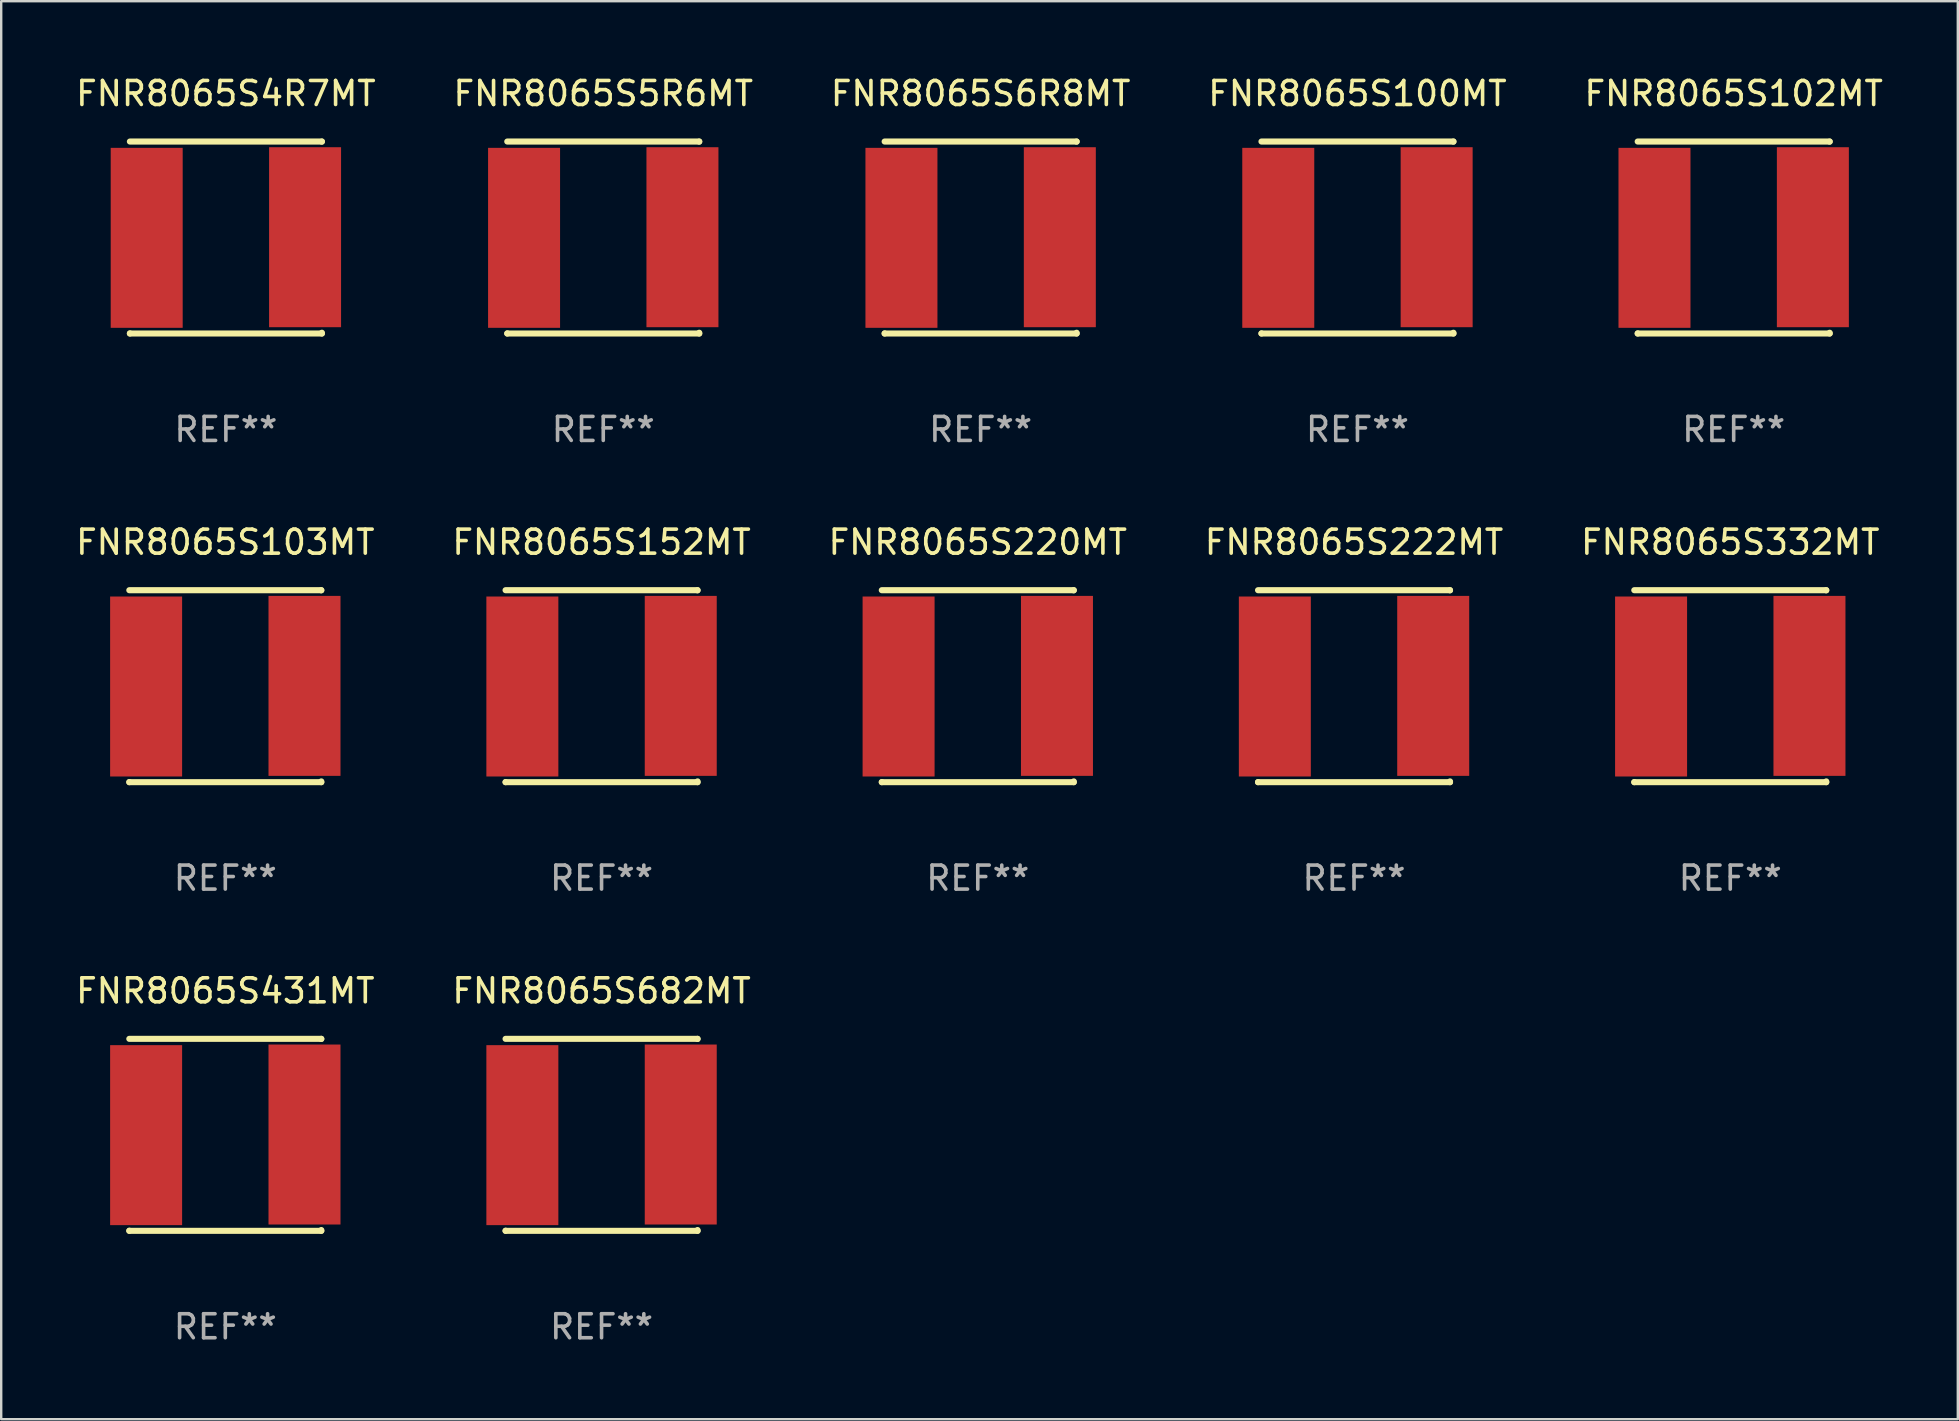
<source format=kicad_pcb>
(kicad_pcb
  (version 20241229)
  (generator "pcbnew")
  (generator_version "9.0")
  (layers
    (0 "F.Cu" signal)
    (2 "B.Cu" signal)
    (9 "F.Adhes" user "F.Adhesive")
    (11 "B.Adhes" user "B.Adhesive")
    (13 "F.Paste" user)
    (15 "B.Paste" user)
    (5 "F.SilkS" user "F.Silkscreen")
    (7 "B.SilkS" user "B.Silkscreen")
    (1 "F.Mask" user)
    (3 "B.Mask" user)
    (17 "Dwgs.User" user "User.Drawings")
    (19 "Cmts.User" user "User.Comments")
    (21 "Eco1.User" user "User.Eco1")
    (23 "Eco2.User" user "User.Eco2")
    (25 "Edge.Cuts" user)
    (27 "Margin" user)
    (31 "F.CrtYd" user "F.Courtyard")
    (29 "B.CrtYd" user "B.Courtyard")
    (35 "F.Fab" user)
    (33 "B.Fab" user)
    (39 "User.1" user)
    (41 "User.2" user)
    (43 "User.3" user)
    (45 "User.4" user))
  (footprint "FNR8065S220MT"
    (layer "F.Cu")
    (at 37.696 25.545)
    (property "Reference" "FNR8065S220MT" (at 0 -6 0) (layer "F.SilkS") (effects (font (size 1 1) (thickness 0.15))))
    (attr through_hole)
    (fp_line (start -4 -4) (end 4 -4) (stroke (width 0.254) (type solid)) (layer "F.SilkS"))
    (fp_line (start -4 4) (end -4 3.994) (stroke (width 0.254) (type solid)) (layer "F.SilkS"))
    (fp_line (start 4 -4) (end 4 -3.994) (stroke (width 0.254) (type solid)) (layer "F.SilkS"))
    (fp_line (start 4 3.968) (end 4 4) (stroke (width 0.254) (type solid)) (layer "F.SilkS"))
    (fp_line (start 4 4) (end -4 4) (stroke (width 0.254) (type solid)) (layer "F.SilkS"))
    (fp_circle (center -4 4) (end -3.97 4) (stroke (width 0.06) (type solid)) (fill no) (layer "F.SilkS"))
    (fp_text user "REF**" (at 0 8 0) (layer "F.Fab") (effects (font (size 1 1) (thickness 0.15))))
    (pad "1" smd rect (at -3.3 0.013) (size 3 7.5) (layers "F.Cu" "F.Mask" "F.Paste"))
    (pad "2" smd rect (at 3.3 -0.013) (size 3 7.5) (layers "F.Cu" "F.Mask" "F.Paste")))
  (footprint "FNR8065S222MT"
    (layer "F.Cu")
    (at 53.375 25.545)
    (property "Reference" "FNR8065S222MT" (at 0 -6 0) (layer "F.SilkS") (effects (font (size 1 1) (thickness 0.15))))
    (attr through_hole)
    (fp_line (start -4 -4) (end 4 -4) (stroke (width 0.254) (type solid)) (layer "F.SilkS"))
    (fp_line (start -4 4) (end -4 3.994) (stroke (width 0.254) (type solid)) (layer "F.SilkS"))
    (fp_line (start 4 -4) (end 4 -3.994) (stroke (width 0.254) (type solid)) (layer "F.SilkS"))
    (fp_line (start 4 3.968) (end 4 4) (stroke (width 0.254) (type solid)) (layer "F.SilkS"))
    (fp_line (start 4 4) (end -4 4) (stroke (width 0.254) (type solid)) (layer "F.SilkS"))
    (fp_circle (center -4 4) (end -3.97 4) (stroke (width 0.06) (type solid)) (fill no) (layer "F.SilkS"))
    (fp_text user "REF**" (at 0 8 0) (layer "F.Fab") (effects (font (size 1 1) (thickness 0.15))))
    (pad "1" smd rect (at -3.3 0.013) (size 3 7.5) (layers "F.Cu" "F.Mask" "F.Paste"))
    (pad "2" smd rect (at 3.3 -0.013) (size 3 7.5) (layers "F.Cu" "F.Mask" "F.Paste")))
  (footprint "FNR8065S103MT"
    (layer "F.Cu")
    (at 6.339 25.545)
    (property "Reference" "FNR8065S103MT" (at 0 -6 0) (layer "F.SilkS") (effects (font (size 1 1) (thickness 0.15))))
    (attr through_hole)
    (fp_line (start -4 -4) (end 4 -4) (stroke (width 0.254) (type solid)) (layer "F.SilkS"))
    (fp_line (start -4 4) (end -4 3.994) (stroke (width 0.254) (type solid)) (layer "F.SilkS"))
    (fp_line (start 4 -4) (end 4 -3.994) (stroke (width 0.254) (type solid)) (layer "F.SilkS"))
    (fp_line (start 4 3.968) (end 4 4) (stroke (width 0.254) (type solid)) (layer "F.SilkS"))
    (fp_line (start 4 4) (end -4 4) (stroke (width 0.254) (type solid)) (layer "F.SilkS"))
    (fp_circle (center -4 4) (end -3.97 4) (stroke (width 0.06) (type solid)) (fill no) (layer "F.SilkS"))
    (fp_text user "REF**" (at 0 8 0) (layer "F.Fab") (effects (font (size 1 1) (thickness 0.15))))
    (pad "1" smd rect (at -3.3 0.013) (size 3 7.5) (layers "F.Cu" "F.Mask" "F.Paste"))
    (pad "2" smd rect (at 3.3 -0.013) (size 3 7.5) (layers "F.Cu" "F.Mask" "F.Paste")))
  (footprint "FNR8065S6R8MT"
    (layer "F.Cu")
    (at 37.815 6.848)
    (property "Reference" "FNR8065S6R8MT" (at 0 -6 0) (layer "F.SilkS") (effects (font (size 1 1) (thickness 0.15))))
    (attr through_hole)
    (fp_line (start -4 -4) (end 4 -4) (stroke (width 0.254) (type solid)) (layer "F.SilkS"))
    (fp_line (start -4 4) (end -4 3.994) (stroke (width 0.254) (type solid)) (layer "F.SilkS"))
    (fp_line (start 4 -4) (end 4 -3.994) (stroke (width 0.254) (type solid)) (layer "F.SilkS"))
    (fp_line (start 4 3.968) (end 4 4) (stroke (width 0.254) (type solid)) (layer "F.SilkS"))
    (fp_line (start 4 4) (end -4 4) (stroke (width 0.254) (type solid)) (layer "F.SilkS"))
    (fp_circle (center -4 4) (end -3.97 4) (stroke (width 0.06) (type solid)) (fill no) (layer "F.SilkS"))
    (fp_text user "REF**" (at 0 8 0) (layer "F.Fab") (effects (font (size 1 1) (thickness 0.15))))
    (pad "1" smd rect (at -3.3 0.013) (size 3 7.5) (layers "F.Cu" "F.Mask" "F.Paste"))
    (pad "2" smd rect (at 3.3 -0.013) (size 3 7.5) (layers "F.Cu" "F.Mask" "F.Paste")))
  (footprint "FNR8065S102MT"
    (layer "F.Cu")
    (at 69.196 6.848)
    (property "Reference" "FNR8065S102MT" (at 0 -6 0) (layer "F.SilkS") (effects (font (size 1 1) (thickness 0.15))))
    (attr through_hole)
    (fp_line (start -4 -4) (end 4 -4) (stroke (width 0.254) (type solid)) (layer "F.SilkS"))
    (fp_line (start -4 4) (end -4 3.994) (stroke (width 0.254) (type solid)) (layer "F.SilkS"))
    (fp_line (start 4 -4) (end 4 -3.994) (stroke (width 0.254) (type solid)) (layer "F.SilkS"))
    (fp_line (start 4 3.968) (end 4 4) (stroke (width 0.254) (type solid)) (layer "F.SilkS"))
    (fp_line (start 4 4) (end -4 4) (stroke (width 0.254) (type solid)) (layer "F.SilkS"))
    (fp_circle (center -4 4) (end -3.97 4) (stroke (width 0.06) (type solid)) (fill no) (layer "F.SilkS"))
    (fp_text user "REF**" (at 0 8 0) (layer "F.Fab") (effects (font (size 1 1) (thickness 0.15))))
    (pad "1" smd rect (at -3.3 0.013) (size 3 7.5) (layers "F.Cu" "F.Mask" "F.Paste"))
    (pad "2" smd rect (at 3.3 -0.013) (size 3 7.5) (layers "F.Cu" "F.Mask" "F.Paste")))
  (footprint "FNR8065S5R6MT"
    (layer "F.Cu")
    (at 22.089 6.848)
    (property "Reference" "FNR8065S5R6MT" (at 0 -6 0) (layer "F.SilkS") (effects (font (size 1 1) (thickness 0.15))))
    (attr through_hole)
    (fp_line (start -4 -4) (end 4 -4) (stroke (width 0.254) (type solid)) (layer "F.SilkS"))
    (fp_line (start -4 4) (end -4 3.994) (stroke (width 0.254) (type solid)) (layer "F.SilkS"))
    (fp_line (start 4 -4) (end 4 -3.994) (stroke (width 0.254) (type solid)) (layer "F.SilkS"))
    (fp_line (start 4 3.968) (end 4 4) (stroke (width 0.254) (type solid)) (layer "F.SilkS"))
    (fp_line (start 4 4) (end -4 4) (stroke (width 0.254) (type solid)) (layer "F.SilkS"))
    (fp_circle (center -4 4) (end -3.97 4) (stroke (width 0.06) (type solid)) (fill no) (layer "F.SilkS"))
    (fp_text user "REF**" (at 0 8 0) (layer "F.Fab") (effects (font (size 1 1) (thickness 0.15))))
    (pad "1" smd rect (at -3.3 0.013) (size 3 7.5) (layers "F.Cu" "F.Mask" "F.Paste"))
    (pad "2" smd rect (at 3.3 -0.013) (size 3 7.5) (layers "F.Cu" "F.Mask" "F.Paste")))
  (footprint "FNR8065S152MT"
    (layer "F.Cu")
    (at 22.018 25.545)
    (property "Reference" "FNR8065S152MT" (at 0 -6 0) (layer "F.SilkS") (effects (font (size 1 1) (thickness 0.15))))
    (attr through_hole)
    (fp_line (start -4 -4) (end 4 -4) (stroke (width 0.254) (type solid)) (layer "F.SilkS"))
    (fp_line (start -4 4) (end -4 3.994) (stroke (width 0.254) (type solid)) (layer "F.SilkS"))
    (fp_line (start 4 -4) (end 4 -3.994) (stroke (width 0.254) (type solid)) (layer "F.SilkS"))
    (fp_line (start 4 3.968) (end 4 4) (stroke (width 0.254) (type solid)) (layer "F.SilkS"))
    (fp_line (start 4 4) (end -4 4) (stroke (width 0.254) (type solid)) (layer "F.SilkS"))
    (fp_circle (center -4 4) (end -3.97 4) (stroke (width 0.06) (type solid)) (fill no) (layer "F.SilkS"))
    (fp_text user "REF**" (at 0 8 0) (layer "F.Fab") (effects (font (size 1 1) (thickness 0.15))))
    (pad "1" smd rect (at -3.3 0.013) (size 3 7.5) (layers "F.Cu" "F.Mask" "F.Paste"))
    (pad "2" smd rect (at 3.3 -0.013) (size 3 7.5) (layers "F.Cu" "F.Mask" "F.Paste")))
  (footprint "FNR8065S431MT"
    (layer "F.Cu")
    (at 6.339 44.241)
    (property "Reference" "FNR8065S431MT" (at 0 -6 0) (layer "F.SilkS") (effects (font (size 1 1) (thickness 0.15))))
    (attr through_hole)
    (fp_line (start -4 -4) (end 4 -4) (stroke (width 0.254) (type solid)) (layer "F.SilkS"))
    (fp_line (start -4 4) (end -4 3.994) (stroke (width 0.254) (type solid)) (layer "F.SilkS"))
    (fp_line (start 4 -4) (end 4 -3.994) (stroke (width 0.254) (type solid)) (layer "F.SilkS"))
    (fp_line (start 4 3.968) (end 4 4) (stroke (width 0.254) (type solid)) (layer "F.SilkS"))
    (fp_line (start 4 4) (end -4 4) (stroke (width 0.254) (type solid)) (layer "F.SilkS"))
    (fp_circle (center -4 4) (end -3.97 4) (stroke (width 0.06) (type solid)) (fill no) (layer "F.SilkS"))
    (fp_text user "REF**" (at 0 8 0) (layer "F.Fab") (effects (font (size 1 1) (thickness 0.15))))
    (pad "1" smd rect (at -3.3 0.013) (size 3 7.5) (layers "F.Cu" "F.Mask" "F.Paste"))
    (pad "2" smd rect (at 3.3 -0.013) (size 3 7.5) (layers "F.Cu" "F.Mask" "F.Paste")))
  (footprint "FNR8065S682MT"
    (layer "F.Cu")
    (at 22.018 44.241)
    (property "Reference" "FNR8065S682MT" (at 0 -6 0) (layer "F.SilkS") (effects (font (size 1 1) (thickness 0.15))))
    (attr through_hole)
    (fp_line (start -4 -4) (end 4 -4) (stroke (width 0.254) (type solid)) (layer "F.SilkS"))
    (fp_line (start -4 4) (end -4 3.994) (stroke (width 0.254) (type solid)) (layer "F.SilkS"))
    (fp_line (start 4 -4) (end 4 -3.994) (stroke (width 0.254) (type solid)) (layer "F.SilkS"))
    (fp_line (start 4 3.968) (end 4 4) (stroke (width 0.254) (type solid)) (layer "F.SilkS"))
    (fp_line (start 4 4) (end -4 4) (stroke (width 0.254) (type solid)) (layer "F.SilkS"))
    (fp_circle (center -4 4) (end -3.97 4) (stroke (width 0.06) (type solid)) (fill no) (layer "F.SilkS"))
    (fp_text user "REF**" (at 0 8 0) (layer "F.Fab") (effects (font (size 1 1) (thickness 0.15))))
    (pad "1" smd rect (at -3.3 0.013) (size 3 7.5) (layers "F.Cu" "F.Mask" "F.Paste"))
    (pad "2" smd rect (at 3.3 -0.013) (size 3 7.5) (layers "F.Cu" "F.Mask" "F.Paste")))
  (footprint "FNR8065S100MT"
    (layer "F.Cu")
    (at 53.518 6.848)
    (property "Reference" "FNR8065S100MT" (at 0 -6 0) (layer "F.SilkS") (effects (font (size 1 1) (thickness 0.15))))
    (attr through_hole)
    (fp_line (start -4 -4) (end 4 -4) (stroke (width 0.254) (type solid)) (layer "F.SilkS"))
    (fp_line (start -4 4) (end -4 3.994) (stroke (width 0.254) (type solid)) (layer "F.SilkS"))
    (fp_line (start 4 -4) (end 4 -3.994) (stroke (width 0.254) (type solid)) (layer "F.SilkS"))
    (fp_line (start 4 3.968) (end 4 4) (stroke (width 0.254) (type solid)) (layer "F.SilkS"))
    (fp_line (start 4 4) (end -4 4) (stroke (width 0.254) (type solid)) (layer "F.SilkS"))
    (fp_circle (center -4 4) (end -3.97 4) (stroke (width 0.06) (type solid)) (fill no) (layer "F.SilkS"))
    (fp_text user "REF**" (at 0 8 0) (layer "F.Fab") (effects (font (size 1 1) (thickness 0.15))))
    (pad "1" smd rect (at -3.3 0.013) (size 3 7.5) (layers "F.Cu" "F.Mask" "F.Paste"))
    (pad "2" smd rect (at 3.3 -0.013) (size 3 7.5) (layers "F.Cu" "F.Mask" "F.Paste")))
  (footprint "FNR8065S4R7MT"
    (layer "F.Cu")
    (at 6.363 6.848)
    (property "Reference" "FNR8065S4R7MT" (at 0 -6 0) (layer "F.SilkS") (effects (font (size 1 1) (thickness 0.15))))
    (attr through_hole)
    (fp_line (start -4 -4) (end 4 -4) (stroke (width 0.254) (type solid)) (layer "F.SilkS"))
    (fp_line (start -4 4) (end -4 3.994) (stroke (width 0.254) (type solid)) (layer "F.SilkS"))
    (fp_line (start 4 -4) (end 4 -3.994) (stroke (width 0.254) (type solid)) (layer "F.SilkS"))
    (fp_line (start 4 3.968) (end 4 4) (stroke (width 0.254) (type solid)) (layer "F.SilkS"))
    (fp_line (start 4 4) (end -4 4) (stroke (width 0.254) (type solid)) (layer "F.SilkS"))
    (fp_circle (center -4 4) (end -3.97 4) (stroke (width 0.06) (type solid)) (fill no) (layer "F.SilkS"))
    (fp_text user "REF**" (at 0 8 0) (layer "F.Fab") (effects (font (size 1 1) (thickness 0.15))))
    (pad "1" smd rect (at -3.3 0.013) (size 3 7.5) (layers "F.Cu" "F.Mask" "F.Paste"))
    (pad "2" smd rect (at 3.3 -0.013) (size 3 7.5) (layers "F.Cu" "F.Mask" "F.Paste")))
  (footprint "FNR8065S332MT"
    (layer "F.Cu")
    (at 69.054 25.545)
    (property "Reference" "FNR8065S332MT" (at 0 -6 0) (layer "F.SilkS") (effects (font (size 1 1) (thickness 0.15))))
    (attr through_hole)
    (fp_line (start -4 -4) (end 4 -4) (stroke (width 0.254) (type solid)) (layer "F.SilkS"))
    (fp_line (start -4 4) (end -4 3.994) (stroke (width 0.254) (type solid)) (layer "F.SilkS"))
    (fp_line (start 4 -4) (end 4 -3.994) (stroke (width 0.254) (type solid)) (layer "F.SilkS"))
    (fp_line (start 4 3.968) (end 4 4) (stroke (width 0.254) (type solid)) (layer "F.SilkS"))
    (fp_line (start 4 4) (end -4 4) (stroke (width 0.254) (type solid)) (layer "F.SilkS"))
    (fp_circle (center -4 4) (end -3.97 4) (stroke (width 0.06) (type solid)) (fill no) (layer "F.SilkS"))
    (fp_text user "REF**" (at 0 8 0) (layer "F.Fab") (effects (font (size 1 1) (thickness 0.15))))
    (pad "1" smd rect (at -3.3 0.013) (size 3 7.5) (layers "F.Cu" "F.Mask" "F.Paste"))
    (pad "2" smd rect (at 3.3 -0.013) (size 3 7.5) (layers "F.Cu" "F.Mask" "F.Paste")))
  (gr_rect
    (start -3 -3)
    (end 78.536 56.09)
    (stroke (width 0.1) (type default))
    (fill no)
    (layer "Edge.Cuts")))
</source>
